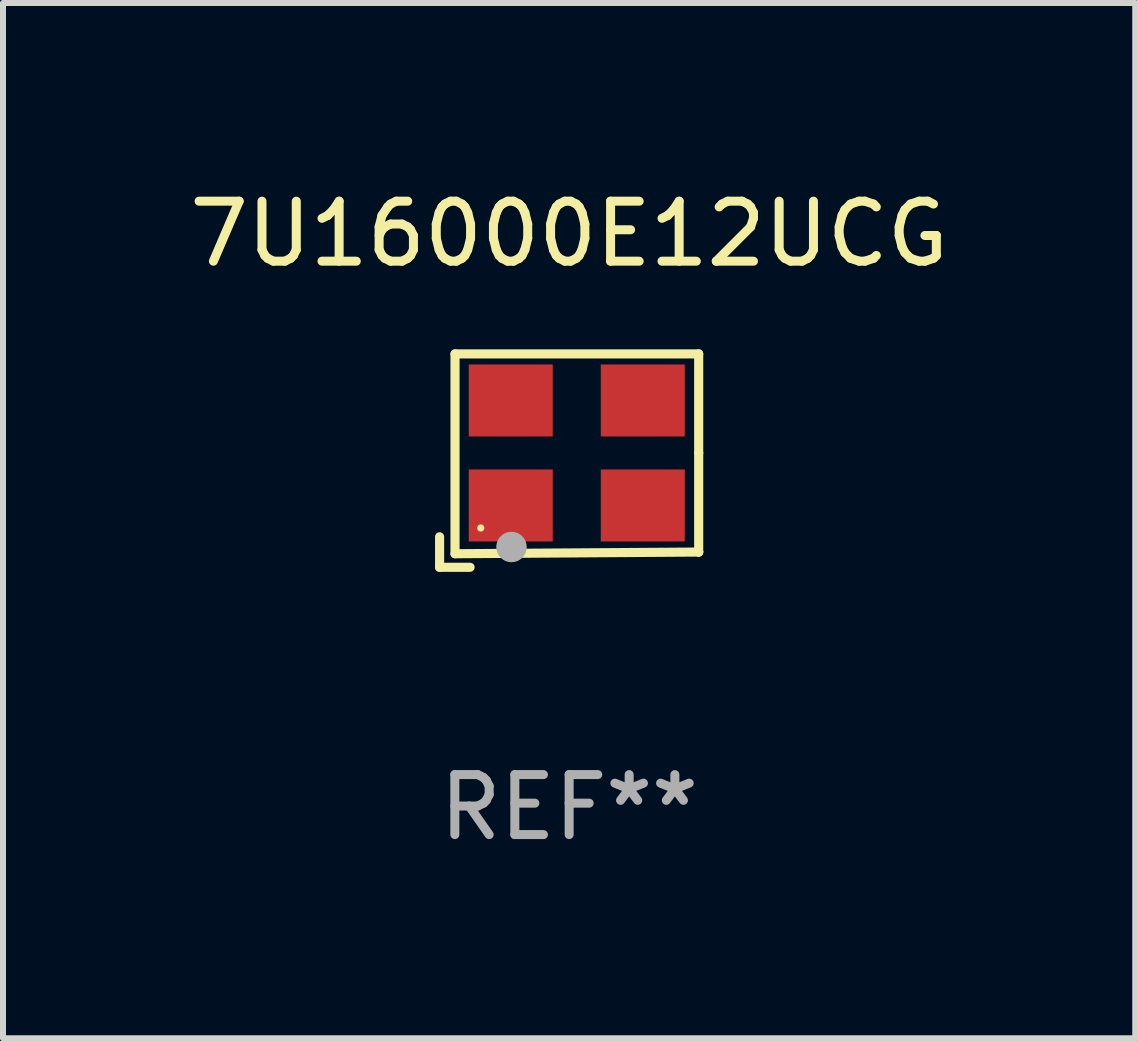
<source format=kicad_pcb>
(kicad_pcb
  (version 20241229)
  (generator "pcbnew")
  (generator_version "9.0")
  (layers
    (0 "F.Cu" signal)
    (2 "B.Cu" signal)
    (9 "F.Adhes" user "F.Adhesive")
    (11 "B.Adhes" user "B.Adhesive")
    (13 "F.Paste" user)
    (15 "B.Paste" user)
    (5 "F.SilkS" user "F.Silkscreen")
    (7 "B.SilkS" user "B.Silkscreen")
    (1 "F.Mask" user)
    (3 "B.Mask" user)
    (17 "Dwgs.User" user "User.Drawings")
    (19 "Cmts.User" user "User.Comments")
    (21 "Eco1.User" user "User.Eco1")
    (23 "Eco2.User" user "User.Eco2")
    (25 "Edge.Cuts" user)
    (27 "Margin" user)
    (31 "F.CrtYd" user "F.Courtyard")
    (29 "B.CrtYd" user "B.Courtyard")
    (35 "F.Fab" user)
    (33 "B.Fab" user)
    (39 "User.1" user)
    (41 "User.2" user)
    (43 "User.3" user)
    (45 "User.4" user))
  (footprint "7U16000E12UCG"
    (layer "F.Cu")
    (at 6.435 4.626)
    (property "Reference" "7U16000E12UCG" (at 0 -3.778 0) (layer "F.SilkS") (effects (font (size 1 1) (thickness 0.15))))
    (attr through_hole)
    (fp_line (start -2.159 1.27) (end -2.159 1.778) (stroke (width 0.152) (type solid)) (layer "F.SilkS"))
    (fp_line (start -2.159 1.778) (end -1.651 1.778) (stroke (width 0.152) (type solid)) (layer "F.SilkS"))
    (fp_line (start -1.902 -1.778) (end 2.159 -1.778) (stroke (width 0.152) (type solid)) (layer "F.SilkS"))
    (fp_line (start -1.902 1.552) (end -1.902 -1.778) (stroke (width 0.152) (type solid)) (layer "F.SilkS"))
    (fp_line (start 2.159 -1.778) (end 2.159 -0.127) (stroke (width 0.152) (type solid)) (layer "F.SilkS"))
    (fp_line (start 2.159 -0.127) (end 2.159 1.524) (stroke (width 0.152) (type solid)) (layer "F.SilkS"))
    (fp_line (start 2.159 1.524) (end -1.902 1.552) (stroke (width 0.152) (type solid)) (layer "F.SilkS"))
    (fp_line (start 2.159 1.524) (end 2.159 1.524) (stroke (width 0.152) (type solid)) (layer "F.SilkS"))
    (fp_circle (center -1.473 1.123) (end -1.443 1.123) (stroke (width 0.06) (type solid)) (fill no) (layer "F.SilkS"))
    (fp_circle (center -0.961 1.44) (end -0.834 1.44) (stroke (width 0.254) (type solid)) (fill no) (layer "F.Fab"))
    (fp_text user "REF**" (at 0 5.778 0) (layer "F.Fab") (effects (font (size 1 1) (thickness 0.15))))
    (pad "1" smd rect (at -0.973 0.748) (size 1.4 1.2) (layers "F.Cu" "F.Mask" "F.Paste"))
    (pad "2" smd rect (at 1.227 0.748) (size 1.4 1.2) (layers "F.Cu" "F.Mask" "F.Paste"))
    (pad "3" smd rect (at 1.227 -1.002) (size 1.4 1.2) (layers "F.Cu" "F.Mask" "F.Paste"))
    (pad "4" smd rect (at -0.973 -1.002) (size 1.4 1.2) (layers "F.Cu" "F.Mask" "F.Paste")))
  (gr_rect
    (start -3 -3)
    (end 15.869 14.253)
    (stroke (width 0.1) (type default))
    (fill no)
    (layer "Edge.Cuts")))
</source>
